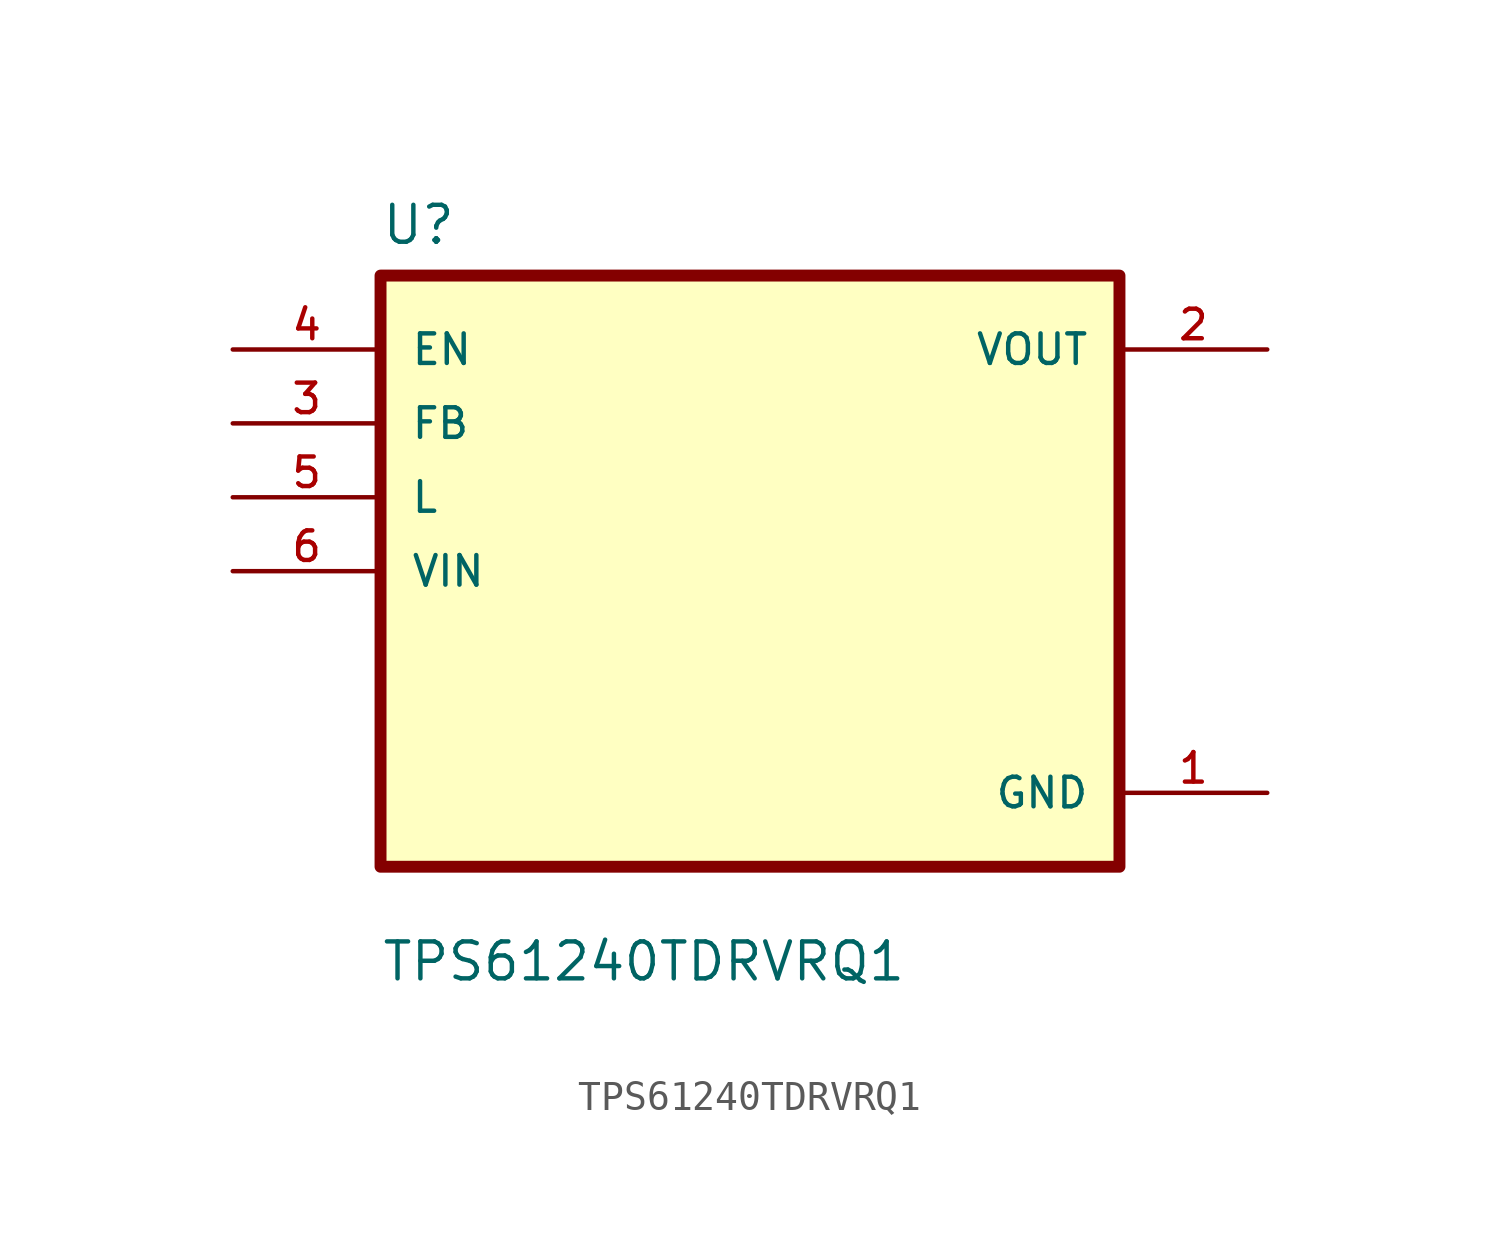
<source format=kicad_sym>
(kicad_symbol_lib
  (version 20211014)
  (generator kicad_symbol_editor)
  (symbol "TPS61240TDRVRQ1"
    (pin_names
      (offset 1.016))
    (property "Reference" "U"
      (at -12.7 11.16 0.0)
      (effects (font (size 1.27 1.27)) (justify bottom left)))
    (property "Value" "TPS61240TDRVRQ1"
      (at -12.7 -14.16 0.0)
      (effects (font (size 1.27 1.27)) (justify bottom left)))
    (symbol "TPS61240TDRVRQ1_0_0"
      (rectangle (start -12.7 -10.16) (end 12.7 10.16) (stroke (width 0.41)) (fill (type background)))
      (pin input line (at -17.78 7.62 0) (length 5.08) (name "EN" (effects (font (size 1.016 1.016)))) (number "4" (effects (font (size 1.016 1.016)))))
      (pin input line (at -17.78 5.08 0) (length 5.08) (name "FB" (effects (font (size 1.016 1.016)))) (number "3" (effects (font (size 1.016 1.016)))))
      (pin input line (at -17.78 2.54 0) (length 5.08) (name "L" (effects (font (size 1.016 1.016)))) (number "5" (effects (font (size 1.016 1.016)))))
      (pin input line (at -17.78 0.0 0) (length 5.08) (name "VIN" (effects (font (size 1.016 1.016)))) (number "6" (effects (font (size 1.016 1.016)))))
      (pin output line (at 17.78 7.62 180.0) (length 5.08) (name "VOUT" (effects (font (size 1.016 1.016)))) (number "2" (effects (font (size 1.016 1.016)))))
      (pin power_in line (at 17.78 -7.62 180.0) (length 5.08) (name "GND" (effects (font (size 1.016 1.016)))) (number "1" (effects (font (size 1.016 1.016))))))))
</source>
